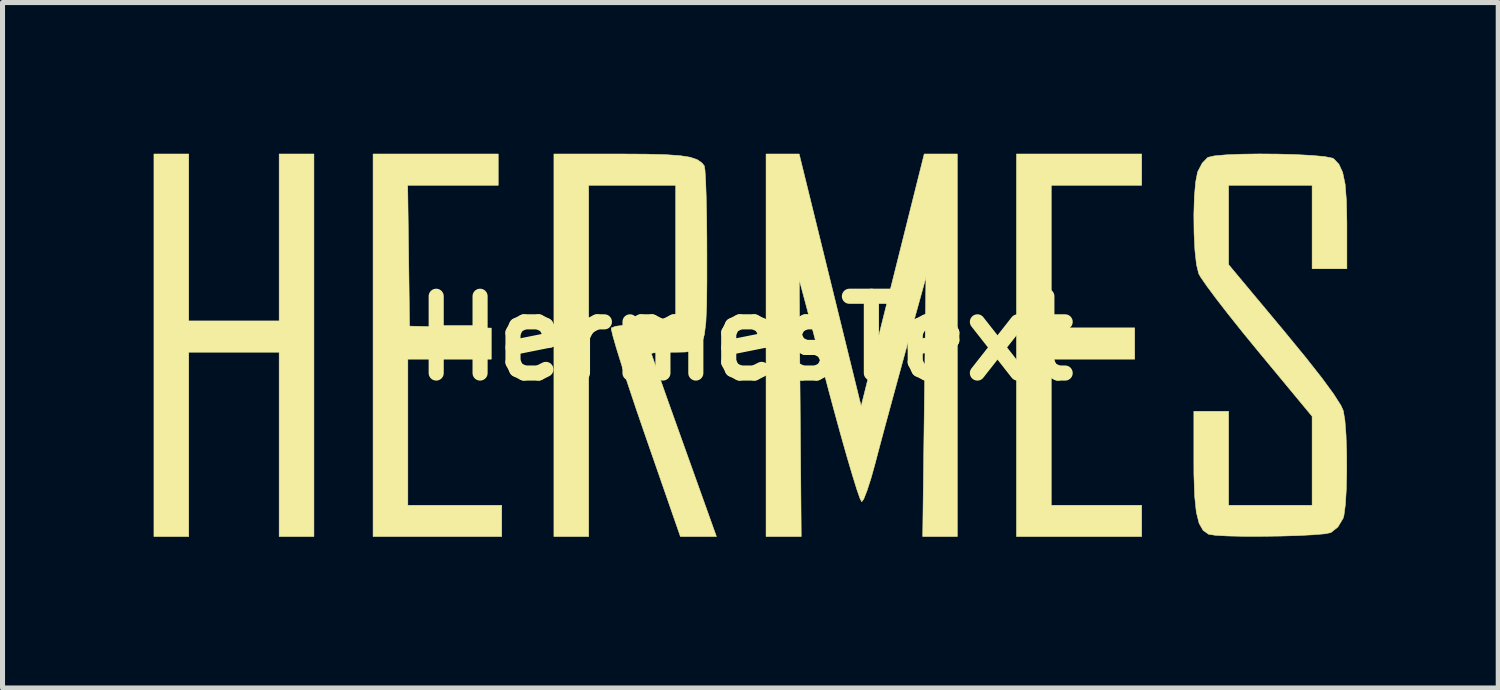
<source format=kicad_pcb>
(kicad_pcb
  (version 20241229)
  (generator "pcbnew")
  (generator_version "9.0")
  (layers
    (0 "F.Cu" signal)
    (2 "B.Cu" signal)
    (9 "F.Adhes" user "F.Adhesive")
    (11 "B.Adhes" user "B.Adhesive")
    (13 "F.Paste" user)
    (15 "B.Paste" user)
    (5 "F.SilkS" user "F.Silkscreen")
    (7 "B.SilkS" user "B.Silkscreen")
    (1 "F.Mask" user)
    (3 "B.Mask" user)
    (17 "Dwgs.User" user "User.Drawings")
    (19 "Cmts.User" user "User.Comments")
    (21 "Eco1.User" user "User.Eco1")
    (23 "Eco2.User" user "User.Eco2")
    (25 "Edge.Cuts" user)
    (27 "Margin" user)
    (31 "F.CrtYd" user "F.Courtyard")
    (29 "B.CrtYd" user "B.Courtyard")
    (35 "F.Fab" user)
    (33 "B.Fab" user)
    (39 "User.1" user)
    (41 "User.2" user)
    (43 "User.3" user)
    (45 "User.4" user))
  (footprint "HermesText"
    (layer "F.Cu")
    (at 11.739 3.664)
    (property "Reference" "HermesText" (at 0 0 0) (layer "F.SilkS") (effects (font (size 1.524 1.524) (thickness 0.3))))
    (attr through_hole)
    (fp_poly (pts (xy -11.043 -0.345) (xy -9.249 -0.345) (xy -9.249 -3.658) (xy -8.559 -3.658) (xy -8.559 3.934) (xy -9.249 3.934) (xy -9.249 0.276) (xy -11.043 0.276) (xy -11.043 3.934) (xy -11.734 3.934) (xy -11.734 -3.658) (xy -11.043 -3.658) (xy -11.043 -0.345)) (stroke (width 0.01) (type solid)) (fill yes) (layer "F.SilkS"))
    (fp_poly (pts (xy 7.868 -3.037) (xy 6.074 -3.037) (xy 6.074 -0.207) (xy 7.73 -0.207) (xy 7.73 0.414) (xy 6.074 0.414) (xy 6.074 3.313) (xy 7.868 3.313) (xy 7.868 3.934) (xy 5.384 3.934) (xy 5.384 -3.658) (xy 7.868 -3.658) (xy 7.868 -3.037)) (stroke (width 0.01) (type solid)) (fill yes) (layer "F.SilkS"))
    (fp_poly (pts (xy -4.901 -3.037) (xy -6.698 -3.037) (xy -6.679 -1.639) (xy -6.661 -0.242) (xy -5.85 -0.222) (xy -5.039 -0.203) (xy -5.039 0.414) (xy -6.695 0.414) (xy -6.695 3.313) (xy -4.832 3.313) (xy -4.832 3.934) (xy -7.385 3.934) (xy -7.385 -3.658) (xy -4.901 -3.658) (xy -4.901 -3.037)) (stroke (width 0.01) (type solid)) (fill yes) (layer "F.SilkS"))
    (fp_poly (pts (xy 2.301 1.346) (xy 2.927 -1.156) (xy 3.553 -3.658) (xy 4.21 -3.658) (xy 4.21 3.934) (xy 3.523 3.934) (xy 3.587 -1.208) (xy 3.185 0.244) (xy 3.051 0.732) (xy 2.915 1.231) (xy 2.786 1.706) (xy 2.674 2.123) (xy 2.589 2.445) (xy 2.583 2.47) (xy 2.498 2.775) (xy 2.418 3.023) (xy 2.353 3.188) (xy 2.313 3.244) (xy 2.279 3.18) (xy 2.215 2.997) (xy 2.127 2.713) (xy 2.017 2.341) (xy 1.892 1.899) (xy 1.755 1.4) (xy 1.662 1.053) (xy 1.523 0.526) (xy 1.395 0.045) (xy 1.283 -0.376) (xy 1.191 -0.722) (xy 1.123 -0.975) (xy 1.084 -1.121) (xy 1.076 -1.15) (xy 1.075 -1.087) (xy 1.075 -0.9) (xy 1.077 -0.605) (xy 1.079 -0.218) (xy 1.082 0.247) (xy 1.086 0.774) (xy 1.091 1.348) (xy 1.091 1.386) (xy 1.112 3.934) (xy 0.414 3.934) (xy 0.414 -3.658) (xy 1.071 -3.658) (xy 2.301 1.346)) (stroke (width 0.01) (type solid)) (fill yes) (layer "F.SilkS"))
    (fp_poly (pts (xy -1.971 -3.655) (xy -1.582 -3.645) (xy -1.294 -3.625) (xy -1.09 -3.593) (xy -0.95 -3.545) (xy -0.858 -3.48) (xy -0.812 -3.423) (xy -0.798 -3.336) (xy -0.785 -3.13) (xy -0.774 -2.826) (xy -0.766 -2.444) (xy -0.761 -2.003) (xy -0.76 -1.674) (xy -0.76 -1.105) (xy -0.765 -0.659) (xy -0.78 -0.321) (xy -0.81 -0.076) (xy -0.86 0.09) (xy -0.936 0.194) (xy -1.043 0.25) (xy -1.187 0.272) (xy -1.372 0.276) (xy -1.449 0.276) (xy -1.668 0.28) (xy -1.818 0.289) (xy -1.864 0.299) (xy -1.841 0.368) (xy -1.778 0.549) (xy -1.68 0.827) (xy -1.554 1.185) (xy -1.404 1.605) (xy -1.237 2.072) (xy -1.217 2.128) (xy -0.571 3.934) (xy -1.286 3.934) (xy -1.993 1.899) (xy -2.166 1.395) (xy -2.321 0.932) (xy -2.453 0.527) (xy -2.556 0.195) (xy -2.626 -0.047) (xy -2.658 -0.184) (xy -2.658 -0.206) (xy -2.574 -0.238) (xy -2.385 -0.262) (xy -2.124 -0.275) (xy -1.998 -0.276) (xy -1.38 -0.276) (xy -1.38 -3.037) (xy -3.106 -3.037) (xy -3.106 3.934) (xy -3.796 3.934) (xy -3.796 -3.658) (xy -2.48 -3.658) (xy -1.971 -3.655)) (stroke (width 0.01) (type solid)) (fill yes) (layer "F.SilkS"))
    (fp_poly (pts (xy 10.571 -3.656) (xy 10.931 -3.646) (xy 11.251 -3.629) (xy 11.502 -3.606) (xy 11.654 -3.576) (xy 11.679 -3.564) (xy 11.783 -3.454) (xy 11.857 -3.293) (xy 11.906 -3.059) (xy 11.932 -2.732) (xy 11.941 -2.291) (xy 11.941 -2.239) (xy 11.941 -1.38) (xy 11.251 -1.38) (xy 11.251 -3.037) (xy 9.594 -3.037) (xy 9.594 -1.462) (xy 10.696 -0.141) (xy 11.113 0.367) (xy 11.441 0.783) (xy 11.678 1.106) (xy 11.823 1.333) (xy 11.869 1.436) (xy 11.902 1.63) (xy 11.924 1.918) (xy 11.936 2.265) (xy 11.938 2.633) (xy 11.93 2.988) (xy 11.912 3.293) (xy 11.883 3.511) (xy 11.868 3.569) (xy 11.763 3.744) (xy 11.623 3.856) (xy 11.503 3.88) (xy 11.275 3.899) (xy 10.969 3.915) (xy 10.616 3.925) (xy 10.246 3.93) (xy 9.89 3.93) (xy 9.577 3.923) (xy 9.337 3.91) (xy 9.202 3.89) (xy 9.196 3.888) (xy 9.088 3.812) (xy 9.008 3.671) (xy 8.953 3.45) (xy 8.92 3.132) (xy 8.905 2.701) (xy 8.904 2.454) (xy 8.904 1.449) (xy 9.594 1.449) (xy 9.594 3.313) (xy 11.251 3.313) (xy 11.251 1.548) (xy 10.173 0.247) (xy 9.867 -0.127) (xy 9.587 -0.478) (xy 9.346 -0.789) (xy 9.158 -1.042) (xy 9.037 -1.218) (xy 9 -1.284) (xy 8.956 -1.466) (xy 8.925 -1.748) (xy 8.908 -2.09) (xy 8.904 -2.454) (xy 8.914 -2.803) (xy 8.939 -3.097) (xy 8.978 -3.298) (xy 8.98 -3.304) (xy 9.07 -3.477) (xy 9.18 -3.589) (xy 9.183 -3.591) (xy 9.308 -3.62) (xy 9.539 -3.641) (xy 9.846 -3.654) (xy 10.199 -3.659) (xy 10.571 -3.656)) (stroke (width 0.01) (type solid)) (fill yes) (layer "F.SilkS")))
  (gr_rect
    (start -3 -3)
    (end 26.684 10.603)
    (stroke (width 0.1) (type default))
    (fill no)
    (layer "Edge.Cuts")))
</source>
